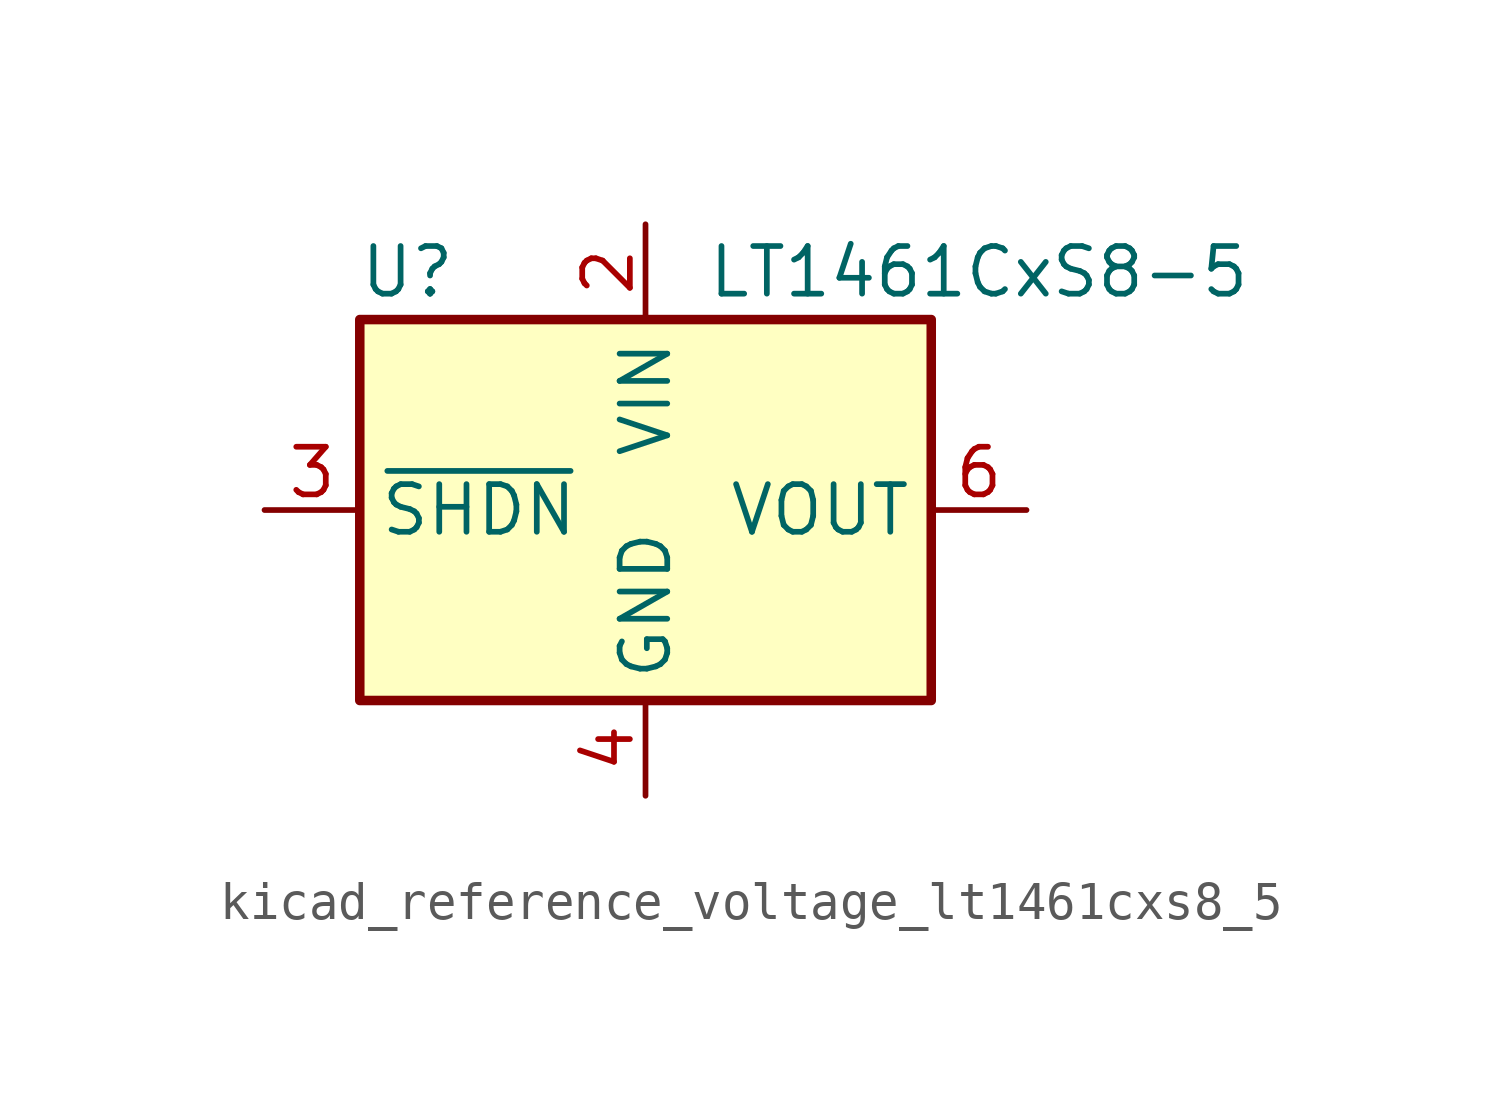
<source format=kicad_sym>
(kicad_symbol_lib
  (version 20220914)
  (generator kicad_symbol_editor)
  (symbol "kicad_reference_voltage_lt1461cxs8_5"
    (property "Reference" "U"
      (at -6.35 6.35 0)
      (effects (font (size 1.27 1.27))))
    (property "Value" "LT1461CxS8-5"
      (at 8.89 6.35 0)
      (effects (font (size 1.27 1.27))))
    (symbol "kicad_reference_voltage_lt1461cxs8_5_1_1"
      (rectangle (start -7.62 5.08) (end 7.62 -5.08) (stroke (width 0.254) (type default)) (fill (type background)))
      (pin no_connect line (at 7.62 -2.54 180) (length 2.54) hide (name "DNC" (effects (font (size 1.27 1.27)))) (number "1" (effects (font (size 1.27 1.27)))))
      (pin power_in line (at 0 7.62 270) (length 2.54) (name "VIN" (effects (font (size 1.27 1.27)))) (number "2" (effects (font (size 1.27 1.27)))))
      (pin input line (at -10.16 0 0) (length 2.54) (name "~{SHDN}" (effects (font (size 1.27 1.27)))) (number "3" (effects (font (size 1.27 1.27)))))
      (pin power_in line (at 0 -7.62 90) (length 2.54) (name "GND" (effects (font (size 1.27 1.27)))) (number "4" (effects (font (size 1.27 1.27)))))
      (pin no_connect line (at -7.62 -2.54 0) (length 2.54) hide (name "DNC" (effects (font (size 1.27 1.27)))) (number "5" (effects (font (size 1.27 1.27)))))
      (pin power_out line (at 10.16 0 180) (length 2.54) (name "VOUT" (effects (font (size 1.27 1.27)))) (number "6" (effects (font (size 1.27 1.27)))))
      (pin no_connect line (at -7.62 2.54 0) (length 2.54) hide (name "DNC" (effects (font (size 1.27 1.27)))) (number "7" (effects (font (size 1.27 1.27)))))
      (pin no_connect line (at 7.62 2.54 180) (length 2.54) hide (name "DNC" (effects (font (size 1.27 1.27)))) (number "8" (effects (font (size 1.27 1.27))))))))
</source>
